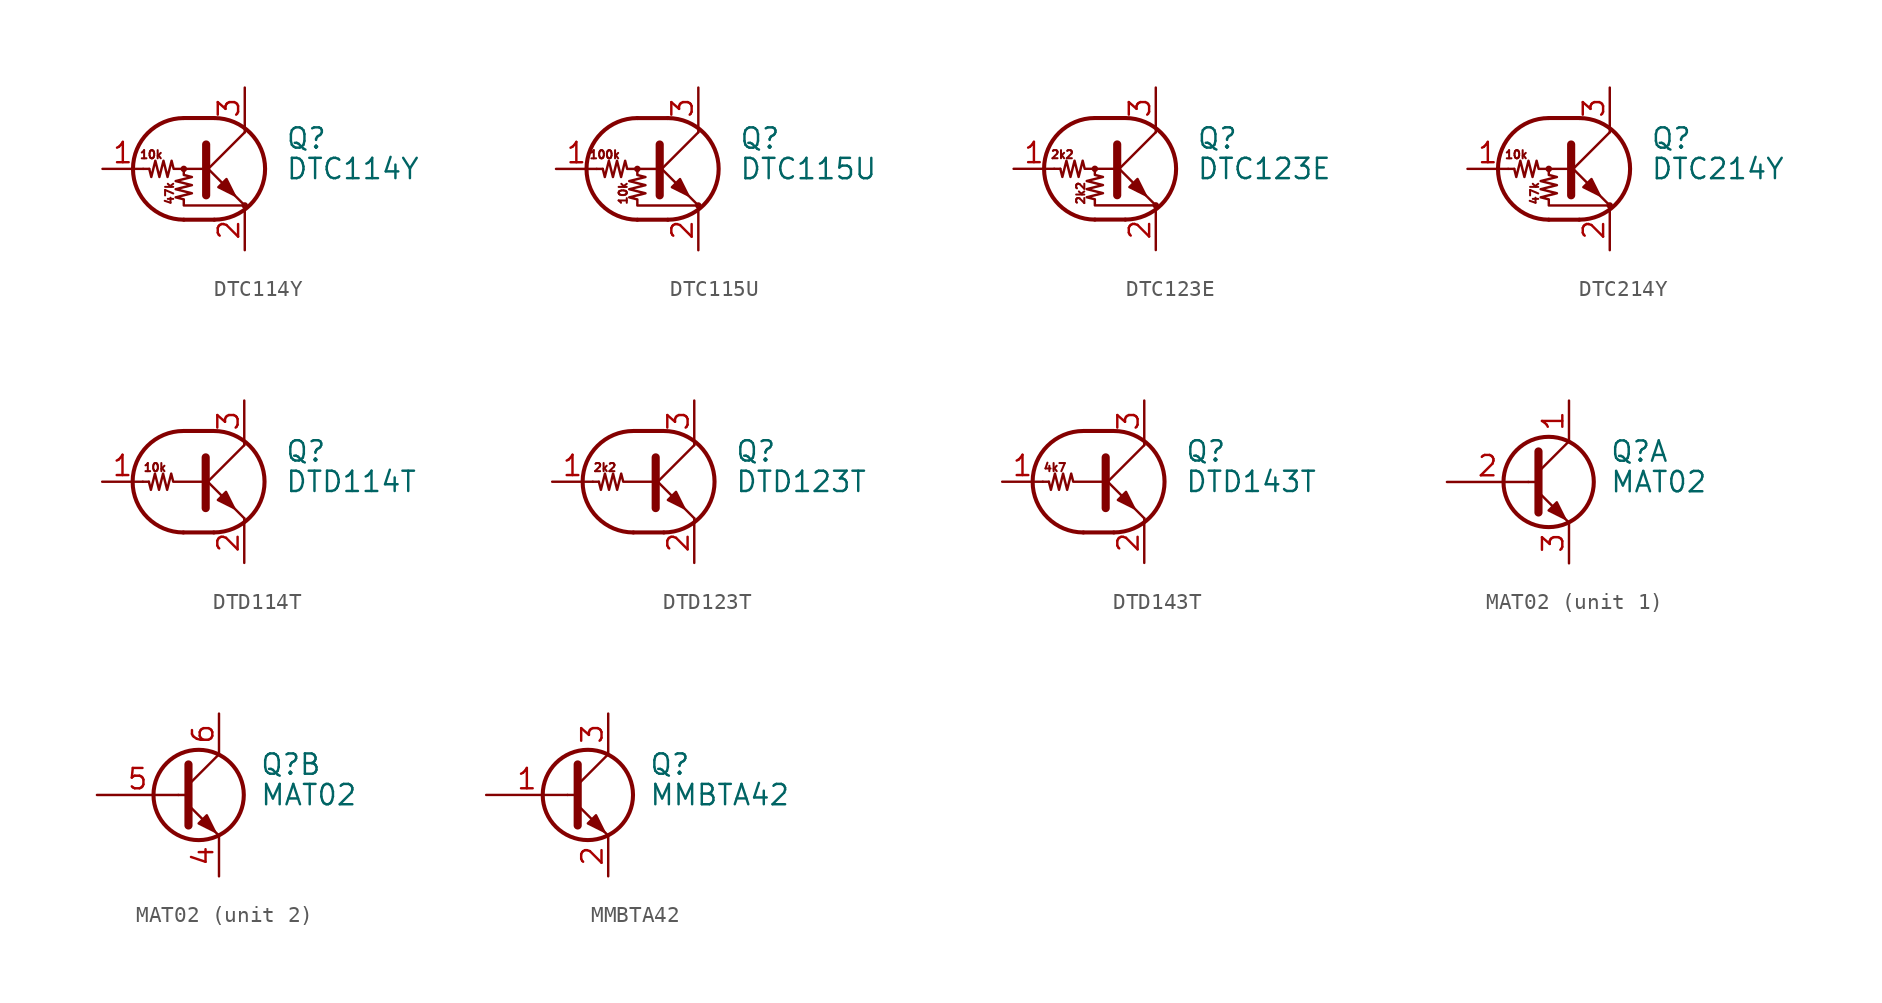
<source format=kicad_sym>
(kicad_symbol_lib
  (version 20220914)
  (generator kicad_symbol_editor)
  (symbol "DTC114Y"
    (pin_names
      (offset 0) hide)
    (property "Reference" "Q"
      (at 5.08 1.905 0)
      (effects (font (size 1.27 1.27)) (justify left)))
    (property "Value" "DTC114Y"
      (at 5.08 0 0)
      (effects (font (size 1.27 1.27)) (justify left)))
    (symbol "DTC114Y_0_0"
      (text "10k" (at -3.302 0.889 0) (effects (font (size 0.508 0.508))))
      (text "47k" (at -2.159 -1.524 900) (effects (font (size 0.508 0.508)))))
    (symbol "DTC114Y_0_1"
      (circle (center -1.27 0) (radius 0.127) (stroke (width 0) (type solid)) (fill (type none)))
      (arc (start -1.27 3.175) (mid -4.4312 0) (end -1.27 -3.175) (stroke (width 0.254) (type solid)) (fill (type none)))
      (polyline (pts (xy -3.429 0) (xy -3.81 0)) (stroke (width 0) (type solid)) (fill (type none)))
      (polyline (pts (xy -1.27 -3.175) (xy 0.635 -3.175)) (stroke (width 0.254) (type solid)) (fill (type none)))
      (polyline (pts (xy -1.27 3.175) (xy 0.635 3.175)) (stroke (width 0.254) (type solid)) (fill (type none)))
      (polyline (pts (xy 0 -0.254) (xy 2.54 2.286)) (stroke (width 0) (type solid)) (fill (type none)))
      (polyline (pts (xy 0.127 1.524) (xy 0.127 -1.651)) (stroke (width 0.508) (type solid)) (fill (type outline)))
      (polyline (pts (xy 2.54 2.286) (xy 2.54 2.54)) (stroke (width 0) (type solid)) (fill (type none)))
      (polyline (pts (xy 2.54 -2.286) (xy 0 0.254) (xy 0 0.254)) (stroke (width 0) (type solid)) (fill (type none)))
      (polyline (pts (xy 0.889 -1.143) (xy 1.397 -0.635) (xy 1.905 -1.651) (xy 0.889 -1.143)) (stroke (width 0) (type solid)) (fill (type outline)))
      (polyline (pts (xy 0 0) (xy -1.905 0) (xy -2.032 0.508) (xy -2.286 -0.508) (xy -2.54 0.508) (xy -2.794 -0.508) (xy -3.048 0.508) (xy -3.302 -0.508) (xy -3.429 0)) (stroke (width 0) (type solid)) (fill (type none)))
      (polyline (pts (xy -1.27 0) (xy -1.27 -0.381) (xy -0.762 -0.508) (xy -1.778 -0.762) (xy -0.762 -1.016) (xy -1.778 -1.27) (xy -0.762 -1.524) (xy -1.778 -1.778) (xy -1.27 -1.905) (xy -1.27 -2.286) (xy 2.54 -2.286)) (stroke (width 0) (type solid)) (fill (type none)))
      (arc (start 0.635 -3.175) (mid 3.7962 0) (end 0.635 3.175) (stroke (width 0.254) (type solid)) (fill (type none)))
      (circle (center 2.54 -2.286) (radius 0.127) (stroke (width 0) (type solid)) (fill (type none))))
    (symbol "DTC114Y_1_1"
      (pin input line (at -6.35 0 0) (length 2.54) (name "B" (effects (font (size 1.27 1.27)))) (number "1" (effects (font (size 1.27 1.27)))))
      (pin passive line (at 2.54 -5.08 90) (length 2.54) (name "E" (effects (font (size 1.27 1.27)))) (number "2" (effects (font (size 1.27 1.27)))))
      (pin passive line (at 2.54 5.08 270) (length 2.54) (name "C" (effects (font (size 1.27 1.27)))) (number "3" (effects (font (size 1.27 1.27)))))))
  (symbol "DTC115U"
    (pin_names
      (offset 0) hide)
    (property "Reference" "Q"
      (at 5.08 1.905 0)
      (effects (font (size 1.27 1.27)) (justify left)))
    (property "Value" "DTC115U"
      (at 5.08 0 0)
      (effects (font (size 1.27 1.27)) (justify left)))
    (symbol "DTC115U_0_0"
      (text "100k" (at -3.302 0.889 0) (effects (font (size 0.508 0.508))))
      (text "10k" (at -2.159 -1.524 900) (effects (font (size 0.508 0.508)))))
    (symbol "DTC115U_0_1"
      (circle (center -1.27 0) (radius 0.127) (stroke (width 0) (type solid)) (fill (type none)))
      (arc (start -1.27 3.175) (mid -4.4312 0) (end -1.27 -3.175) (stroke (width 0.254) (type solid)) (fill (type none)))
      (polyline (pts (xy -3.429 0) (xy -3.81 0)) (stroke (width 0) (type solid)) (fill (type none)))
      (polyline (pts (xy -1.27 -3.175) (xy 0.635 -3.175)) (stroke (width 0.254) (type solid)) (fill (type none)))
      (polyline (pts (xy -1.27 3.175) (xy 0.635 3.175)) (stroke (width 0.254) (type solid)) (fill (type none)))
      (polyline (pts (xy 0 -0.254) (xy 2.54 2.286)) (stroke (width 0) (type solid)) (fill (type none)))
      (polyline (pts (xy 0.127 1.524) (xy 0.127 -1.651)) (stroke (width 0.508) (type solid)) (fill (type outline)))
      (polyline (pts (xy 2.54 2.286) (xy 2.54 2.54)) (stroke (width 0) (type solid)) (fill (type none)))
      (polyline (pts (xy 2.54 -2.286) (xy 0 0.254) (xy 0 0.254)) (stroke (width 0) (type solid)) (fill (type none)))
      (polyline (pts (xy 0.889 -1.143) (xy 1.397 -0.635) (xy 1.905 -1.651) (xy 0.889 -1.143)) (stroke (width 0) (type solid)) (fill (type outline)))
      (polyline (pts (xy 0 0) (xy -1.905 0) (xy -2.032 0.508) (xy -2.286 -0.508) (xy -2.54 0.508) (xy -2.794 -0.508) (xy -3.048 0.508) (xy -3.302 -0.508) (xy -3.429 0)) (stroke (width 0) (type solid)) (fill (type none)))
      (polyline (pts (xy -1.27 0) (xy -1.27 -0.381) (xy -0.762 -0.508) (xy -1.778 -0.762) (xy -0.762 -1.016) (xy -1.778 -1.27) (xy -0.762 -1.524) (xy -1.778 -1.778) (xy -1.27 -1.905) (xy -1.27 -2.286) (xy 2.54 -2.286)) (stroke (width 0) (type solid)) (fill (type none)))
      (arc (start 0.635 -3.175) (mid 3.7962 0) (end 0.635 3.175) (stroke (width 0.254) (type solid)) (fill (type none)))
      (circle (center 2.54 -2.286) (radius 0.127) (stroke (width 0) (type solid)) (fill (type none))))
    (symbol "DTC115U_1_1"
      (pin input line (at -6.35 0 0) (length 2.54) (name "B" (effects (font (size 1.27 1.27)))) (number "1" (effects (font (size 1.27 1.27)))))
      (pin passive line (at 2.54 -5.08 90) (length 2.54) (name "E" (effects (font (size 1.27 1.27)))) (number "2" (effects (font (size 1.27 1.27)))))
      (pin passive line (at 2.54 5.08 270) (length 2.54) (name "C" (effects (font (size 1.27 1.27)))) (number "3" (effects (font (size 1.27 1.27)))))))
  (symbol "DTC123E"
    (pin_names
      (offset 0) hide)
    (property "Reference" "Q"
      (at 5.08 1.905 0)
      (effects (font (size 1.27 1.27)) (justify left)))
    (property "Value" "DTC123E"
      (at 5.08 0 0)
      (effects (font (size 1.27 1.27)) (justify left)))
    (symbol "DTC123E_0_0"
      (text "2k2" (at -3.302 0.889 0) (effects (font (size 0.508 0.508))))
      (text "2k2" (at -2.159 -1.524 900) (effects (font (size 0.508 0.508)))))
    (symbol "DTC123E_0_1"
      (circle (center -1.27 0) (radius 0.127) (stroke (width 0) (type solid)) (fill (type none)))
      (arc (start -1.27 3.175) (mid -4.4312 0) (end -1.27 -3.175) (stroke (width 0.254) (type solid)) (fill (type none)))
      (polyline (pts (xy -3.429 0) (xy -3.81 0)) (stroke (width 0) (type solid)) (fill (type none)))
      (polyline (pts (xy -1.27 -3.175) (xy 0.635 -3.175)) (stroke (width 0.254) (type solid)) (fill (type none)))
      (polyline (pts (xy -1.27 3.175) (xy 0.635 3.175)) (stroke (width 0.254) (type solid)) (fill (type none)))
      (polyline (pts (xy 0 -0.254) (xy 2.54 2.286)) (stroke (width 0) (type solid)) (fill (type none)))
      (polyline (pts (xy 0.127 1.524) (xy 0.127 -1.651)) (stroke (width 0.508) (type solid)) (fill (type outline)))
      (polyline (pts (xy 2.54 2.286) (xy 2.54 2.54)) (stroke (width 0) (type solid)) (fill (type none)))
      (polyline (pts (xy 2.54 -2.286) (xy 0 0.254) (xy 0 0.254)) (stroke (width 0) (type solid)) (fill (type none)))
      (polyline (pts (xy 0.889 -1.143) (xy 1.397 -0.635) (xy 1.905 -1.651) (xy 0.889 -1.143)) (stroke (width 0) (type solid)) (fill (type outline)))
      (polyline (pts (xy 0 0) (xy -1.905 0) (xy -2.032 0.508) (xy -2.286 -0.508) (xy -2.54 0.508) (xy -2.794 -0.508) (xy -3.048 0.508) (xy -3.302 -0.508) (xy -3.429 0)) (stroke (width 0) (type solid)) (fill (type none)))
      (polyline (pts (xy -1.27 0) (xy -1.27 -0.381) (xy -0.762 -0.508) (xy -1.778 -0.762) (xy -0.762 -1.016) (xy -1.778 -1.27) (xy -0.762 -1.524) (xy -1.778 -1.778) (xy -1.27 -1.905) (xy -1.27 -2.286) (xy 2.54 -2.286)) (stroke (width 0) (type solid)) (fill (type none)))
      (arc (start 0.635 -3.175) (mid 3.7962 0) (end 0.635 3.175) (stroke (width 0.254) (type solid)) (fill (type none)))
      (circle (center 2.54 -2.286) (radius 0.127) (stroke (width 0) (type solid)) (fill (type none))))
    (symbol "DTC123E_1_1"
      (pin input line (at -6.35 0 0) (length 2.54) (name "B" (effects (font (size 1.27 1.27)))) (number "1" (effects (font (size 1.27 1.27)))))
      (pin passive line (at 2.54 -5.08 90) (length 2.54) (name "E" (effects (font (size 1.27 1.27)))) (number "2" (effects (font (size 1.27 1.27)))))
      (pin passive line (at 2.54 5.08 270) (length 2.54) (name "C" (effects (font (size 1.27 1.27)))) (number "3" (effects (font (size 1.27 1.27)))))))
  (symbol "DTC214Y"
    (pin_names
      (offset 0) hide)
    (property "Reference" "Q"
      (at 5.08 1.905 0)
      (effects (font (size 1.27 1.27)) (justify left)))
    (property "Value" "DTC214Y"
      (at 5.08 0 0)
      (effects (font (size 1.27 1.27)) (justify left)))
    (symbol "DTC214Y_0_0"
      (text "10k" (at -3.302 0.889 0) (effects (font (size 0.508 0.508))))
      (text "47k" (at -2.159 -1.524 900) (effects (font (size 0.508 0.508)))))
    (symbol "DTC214Y_0_1"
      (circle (center -1.27 0) (radius 0.127) (stroke (width 0) (type solid)) (fill (type none)))
      (arc (start -1.27 3.175) (mid -4.4312 0) (end -1.27 -3.175) (stroke (width 0.254) (type solid)) (fill (type none)))
      (polyline (pts (xy -3.429 0) (xy -3.81 0)) (stroke (width 0) (type solid)) (fill (type none)))
      (polyline (pts (xy -1.27 -3.175) (xy 0.635 -3.175)) (stroke (width 0.254) (type solid)) (fill (type none)))
      (polyline (pts (xy -1.27 3.175) (xy 0.635 3.175)) (stroke (width 0.254) (type solid)) (fill (type none)))
      (polyline (pts (xy 0 -0.254) (xy 2.54 2.286)) (stroke (width 0) (type solid)) (fill (type none)))
      (polyline (pts (xy 0.127 1.524) (xy 0.127 -1.651)) (stroke (width 0.508) (type solid)) (fill (type outline)))
      (polyline (pts (xy 2.54 2.286) (xy 2.54 2.54)) (stroke (width 0) (type solid)) (fill (type none)))
      (polyline (pts (xy 2.54 -2.286) (xy 0 0.254) (xy 0 0.254)) (stroke (width 0) (type solid)) (fill (type none)))
      (polyline (pts (xy 0.889 -1.143) (xy 1.397 -0.635) (xy 1.905 -1.651) (xy 0.889 -1.143)) (stroke (width 0) (type solid)) (fill (type outline)))
      (polyline (pts (xy 0 0) (xy -1.905 0) (xy -2.032 0.508) (xy -2.286 -0.508) (xy -2.54 0.508) (xy -2.794 -0.508) (xy -3.048 0.508) (xy -3.302 -0.508) (xy -3.429 0)) (stroke (width 0) (type solid)) (fill (type none)))
      (polyline (pts (xy -1.27 0) (xy -1.27 -0.381) (xy -0.762 -0.508) (xy -1.778 -0.762) (xy -0.762 -1.016) (xy -1.778 -1.27) (xy -0.762 -1.524) (xy -1.778 -1.778) (xy -1.27 -1.905) (xy -1.27 -2.286) (xy 2.54 -2.286)) (stroke (width 0) (type solid)) (fill (type none)))
      (arc (start 0.635 -3.175) (mid 3.7962 0) (end 0.635 3.175) (stroke (width 0.254) (type solid)) (fill (type none)))
      (circle (center 2.54 -2.286) (radius 0.127) (stroke (width 0) (type solid)) (fill (type none))))
    (symbol "DTC214Y_1_1"
      (pin input line (at -6.35 0 0) (length 2.54) (name "B" (effects (font (size 1.27 1.27)))) (number "1" (effects (font (size 1.27 1.27)))))
      (pin passive line (at 2.54 -5.08 90) (length 2.54) (name "E" (effects (font (size 1.27 1.27)))) (number "2" (effects (font (size 1.27 1.27)))))
      (pin passive line (at 2.54 5.08 270) (length 2.54) (name "C" (effects (font (size 1.27 1.27)))) (number "3" (effects (font (size 1.27 1.27)))))))
  (symbol "DTD114T"
    (pin_names
      (offset 0) hide)
    (property "Reference" "Q"
      (at 5.08 1.905 0)
      (effects (font (size 1.27 1.27)) (justify left)))
    (property "Value" "DTD114T"
      (at 5.08 0 0)
      (effects (font (size 1.27 1.27)) (justify left)))
    (symbol "DTD114T_0_0"
      (polyline (pts (xy 2.54 -2.286) (xy 2.54 -2.54)) (stroke (width 0) (type solid)) (fill (type none)))
      (text "10k" (at -3.048 0.889 0) (effects (font (size 0.508 0.508)))))
    (symbol "DTD114T_0_1"
      (arc (start -1.27 3.175) (mid -4.4312 0) (end -1.27 -3.175) (stroke (width 0.254) (type solid)) (fill (type none)))
      (polyline (pts (xy -3.429 0) (xy -3.81 0)) (stroke (width 0) (type solid)) (fill (type none)))
      (polyline (pts (xy -1.27 -3.175) (xy 0.635 -3.175)) (stroke (width 0.254) (type solid)) (fill (type none)))
      (polyline (pts (xy -1.27 3.175) (xy 0.635 3.175)) (stroke (width 0.254) (type solid)) (fill (type none)))
      (polyline (pts (xy 0 -0.254) (xy 2.54 2.286)) (stroke (width 0) (type solid)) (fill (type none)))
      (polyline (pts (xy 0.127 1.524) (xy 0.127 -1.651)) (stroke (width 0.508) (type solid)) (fill (type outline)))
      (polyline (pts (xy 2.54 2.286) (xy 2.54 2.54)) (stroke (width 0) (type solid)) (fill (type none)))
      (polyline (pts (xy 2.54 -2.286) (xy 0 0.254) (xy 0 0.254)) (stroke (width 0) (type solid)) (fill (type none)))
      (polyline (pts (xy 0.889 -1.143) (xy 1.397 -0.635) (xy 1.905 -1.651) (xy 0.889 -1.143)) (stroke (width 0) (type solid)) (fill (type outline)))
      (polyline (pts (xy 0 0) (xy -1.905 0) (xy -2.032 0.508) (xy -2.286 -0.508) (xy -2.54 0.508) (xy -2.794 -0.508) (xy -3.048 0.508) (xy -3.302 -0.508) (xy -3.429 0)) (stroke (width 0) (type solid)) (fill (type none)))
      (arc (start 0.635 -3.175) (mid 3.7962 0) (end 0.635 3.175) (stroke (width 0.254) (type solid)) (fill (type none))))
    (symbol "DTD114T_1_1"
      (pin input line (at -6.35 0 0) (length 2.54) (name "B" (effects (font (size 1.27 1.27)))) (number "1" (effects (font (size 1.27 1.27)))))
      (pin passive line (at 2.54 -5.08 90) (length 2.54) (name "E" (effects (font (size 1.27 1.27)))) (number "2" (effects (font (size 1.27 1.27)))))
      (pin passive line (at 2.54 5.08 270) (length 2.54) (name "C" (effects (font (size 1.27 1.27)))) (number "3" (effects (font (size 1.27 1.27)))))))
  (symbol "DTD123T"
    (pin_names
      (offset 0) hide)
    (property "Reference" "Q"
      (at 5.08 1.905 0)
      (effects (font (size 1.27 1.27)) (justify left)))
    (property "Value" "DTD123T"
      (at 5.08 0 0)
      (effects (font (size 1.27 1.27)) (justify left)))
    (symbol "DTD123T_0_0"
      (polyline (pts (xy 2.54 -2.286) (xy 2.54 -2.54)) (stroke (width 0) (type solid)) (fill (type none)))
      (text "2k2" (at -3.048 0.889 0) (effects (font (size 0.508 0.508)))))
    (symbol "DTD123T_0_1"
      (arc (start -1.27 3.175) (mid -4.4312 0) (end -1.27 -3.175) (stroke (width 0.254) (type solid)) (fill (type none)))
      (polyline (pts (xy -3.429 0) (xy -3.81 0)) (stroke (width 0) (type solid)) (fill (type none)))
      (polyline (pts (xy -1.27 -3.175) (xy 0.635 -3.175)) (stroke (width 0.254) (type solid)) (fill (type none)))
      (polyline (pts (xy -1.27 3.175) (xy 0.635 3.175)) (stroke (width 0.254) (type solid)) (fill (type none)))
      (polyline (pts (xy 0 -0.254) (xy 2.54 2.286)) (stroke (width 0) (type solid)) (fill (type none)))
      (polyline (pts (xy 0.127 1.524) (xy 0.127 -1.651)) (stroke (width 0.508) (type solid)) (fill (type outline)))
      (polyline (pts (xy 2.54 2.286) (xy 2.54 2.54)) (stroke (width 0) (type solid)) (fill (type none)))
      (polyline (pts (xy 2.54 -2.286) (xy 0 0.254) (xy 0 0.254)) (stroke (width 0) (type solid)) (fill (type none)))
      (polyline (pts (xy 0.889 -1.143) (xy 1.397 -0.635) (xy 1.905 -1.651) (xy 0.889 -1.143)) (stroke (width 0) (type solid)) (fill (type outline)))
      (polyline (pts (xy 0 0) (xy -1.905 0) (xy -2.032 0.508) (xy -2.286 -0.508) (xy -2.54 0.508) (xy -2.794 -0.508) (xy -3.048 0.508) (xy -3.302 -0.508) (xy -3.429 0)) (stroke (width 0) (type solid)) (fill (type none)))
      (arc (start 0.635 -3.175) (mid 3.7962 0) (end 0.635 3.175) (stroke (width 0.254) (type solid)) (fill (type none))))
    (symbol "DTD123T_1_1"
      (pin input line (at -6.35 0 0) (length 2.54) (name "B" (effects (font (size 1.27 1.27)))) (number "1" (effects (font (size 1.27 1.27)))))
      (pin passive line (at 2.54 -5.08 90) (length 2.54) (name "E" (effects (font (size 1.27 1.27)))) (number "2" (effects (font (size 1.27 1.27)))))
      (pin passive line (at 2.54 5.08 270) (length 2.54) (name "C" (effects (font (size 1.27 1.27)))) (number "3" (effects (font (size 1.27 1.27)))))))
  (symbol "DTD143T"
    (pin_names
      (offset 0) hide)
    (property "Reference" "Q"
      (at 5.08 1.905 0)
      (effects (font (size 1.27 1.27)) (justify left)))
    (property "Value" "DTD143T"
      (at 5.08 0 0)
      (effects (font (size 1.27 1.27)) (justify left)))
    (symbol "DTD143T_0_0"
      (polyline (pts (xy 2.54 -2.286) (xy 2.54 -2.54)) (stroke (width 0) (type solid)) (fill (type none)))
      (text "4k7" (at -3.048 0.889 0) (effects (font (size 0.508 0.508)))))
    (symbol "DTD143T_0_1"
      (arc (start -1.27 3.175) (mid -4.4312 0) (end -1.27 -3.175) (stroke (width 0.254) (type solid)) (fill (type none)))
      (polyline (pts (xy -3.429 0) (xy -3.81 0)) (stroke (width 0) (type solid)) (fill (type none)))
      (polyline (pts (xy -1.27 -3.175) (xy 0.635 -3.175)) (stroke (width 0.254) (type solid)) (fill (type none)))
      (polyline (pts (xy -1.27 3.175) (xy 0.635 3.175)) (stroke (width 0.254) (type solid)) (fill (type none)))
      (polyline (pts (xy 0 -0.254) (xy 2.54 2.286)) (stroke (width 0) (type solid)) (fill (type none)))
      (polyline (pts (xy 0.127 1.524) (xy 0.127 -1.651)) (stroke (width 0.508) (type solid)) (fill (type outline)))
      (polyline (pts (xy 2.54 2.286) (xy 2.54 2.54)) (stroke (width 0) (type solid)) (fill (type none)))
      (polyline (pts (xy 2.54 -2.286) (xy 0 0.254) (xy 0 0.254)) (stroke (width 0) (type solid)) (fill (type none)))
      (polyline (pts (xy 0.889 -1.143) (xy 1.397 -0.635) (xy 1.905 -1.651) (xy 0.889 -1.143)) (stroke (width 0) (type solid)) (fill (type outline)))
      (polyline (pts (xy 0 0) (xy -1.905 0) (xy -2.032 0.508) (xy -2.286 -0.508) (xy -2.54 0.508) (xy -2.794 -0.508) (xy -3.048 0.508) (xy -3.302 -0.508) (xy -3.429 0)) (stroke (width 0) (type solid)) (fill (type none)))
      (arc (start 0.635 -3.175) (mid 3.7962 0) (end 0.635 3.175) (stroke (width 0.254) (type solid)) (fill (type none))))
    (symbol "DTD143T_1_1"
      (pin input line (at -6.35 0 0) (length 2.54) (name "B" (effects (font (size 1.27 1.27)))) (number "1" (effects (font (size 1.27 1.27)))))
      (pin passive line (at 2.54 -5.08 90) (length 2.54) (name "E" (effects (font (size 1.27 1.27)))) (number "2" (effects (font (size 1.27 1.27)))))
      (pin passive line (at 2.54 5.08 270) (length 2.54) (name "C" (effects (font (size 1.27 1.27)))) (number "3" (effects (font (size 1.27 1.27)))))))
  (symbol "MAT02"
    (pin_names
      (offset 0) hide)
    (property "Reference" "Q"
      (at 5.08 1.905 0)
      (effects (font (size 1.27 1.27)) (justify left)))
    (property "Value" "MAT02"
      (at 5.08 0 0)
      (effects (font (size 1.27 1.27)) (justify left)))
    (symbol "MAT02_0_1"
      (polyline (pts (xy 0 0) (xy 0.635 0)) (stroke (width 0) (type solid)) (fill (type none)))
      (polyline (pts (xy 0.635 0.635) (xy 2.54 2.54)) (stroke (width 0) (type solid)) (fill (type none)))
      (polyline (pts (xy 0.635 -0.635) (xy 2.54 -2.54) (xy 2.54 -2.54)) (stroke (width 0) (type solid)) (fill (type none)))
      (polyline (pts (xy 0.635 1.905) (xy 0.635 -1.905) (xy 0.635 -1.905)) (stroke (width 0.508) (type solid)) (fill (type none)))
      (polyline (pts (xy 1.27 -1.778) (xy 1.778 -1.27) (xy 2.286 -2.286) (xy 1.27 -1.778) (xy 1.27 -1.778)) (stroke (width 0) (type solid)) (fill (type outline)))
      (circle (center 1.27 0) (radius 2.819) (stroke (width 0.254) (type solid)) (fill (type none))))
    (symbol "MAT02_1_1"
      (pin passive line (at 2.54 5.08 270) (length 2.54) (name "C" (effects (font (size 1.27 1.27)))) (number "1" (effects (font (size 1.27 1.27)))))
      (pin input line (at -5.08 0 0) (length 5.08) (name "B" (effects (font (size 1.27 1.27)))) (number "2" (effects (font (size 1.27 1.27)))))
      (pin passive line (at 2.54 -5.08 90) (length 2.54) (name "E" (effects (font (size 1.27 1.27)))) (number "3" (effects (font (size 1.27 1.27))))))
    (symbol "MAT02_2_1"
      (pin passive line (at 2.54 -5.08 90) (length 2.54) (name "E" (effects (font (size 1.27 1.27)))) (number "4" (effects (font (size 1.27 1.27)))))
      (pin input line (at -5.08 0 0) (length 5.08) (name "B" (effects (font (size 1.27 1.27)))) (number "5" (effects (font (size 1.27 1.27)))))
      (pin passive line (at 2.54 5.08 270) (length 2.54) (name "C" (effects (font (size 1.27 1.27)))) (number "6" (effects (font (size 1.27 1.27)))))))
  (symbol "MMBTA42"
    (pin_names
      (offset 0) hide)
    (property "Reference" "Q"
      (at 5.08 1.905 0)
      (effects (font (size 1.27 1.27)) (justify left)))
    (property "Value" "MMBTA42"
      (at 5.08 0 0)
      (effects (font (size 1.27 1.27)) (justify left)))
    (symbol "MMBTA42_0_1"
      (polyline (pts (xy 0 0) (xy 0.635 0)) (stroke (width 0) (type solid)) (fill (type none)))
      (polyline (pts (xy 0.635 0.635) (xy 2.54 2.54)) (stroke (width 0) (type solid)) (fill (type none)))
      (polyline (pts (xy 0.635 -0.635) (xy 2.54 -2.54) (xy 2.54 -2.54)) (stroke (width 0) (type solid)) (fill (type none)))
      (polyline (pts (xy 0.635 1.905) (xy 0.635 -1.905) (xy 0.635 -1.905)) (stroke (width 0.508) (type solid)) (fill (type none)))
      (polyline (pts (xy 1.27 -1.778) (xy 1.778 -1.27) (xy 2.286 -2.286) (xy 1.27 -1.778) (xy 1.27 -1.778)) (stroke (width 0) (type solid)) (fill (type outline)))
      (circle (center 1.27 0) (radius 2.819) (stroke (width 0.254) (type solid)) (fill (type none))))
    (symbol "MMBTA42_1_1"
      (pin input line (at -5.08 0 0) (length 5.08) (name "B" (effects (font (size 1.27 1.27)))) (number "1" (effects (font (size 1.27 1.27)))))
      (pin passive line (at 2.54 -5.08 90) (length 2.54) (name "E" (effects (font (size 1.27 1.27)))) (number "2" (effects (font (size 1.27 1.27)))))
      (pin passive line (at 2.54 5.08 270) (length 2.54) (name "C" (effects (font (size 1.27 1.27)))) (number "3" (effects (font (size 1.27 1.27))))))))
</source>
